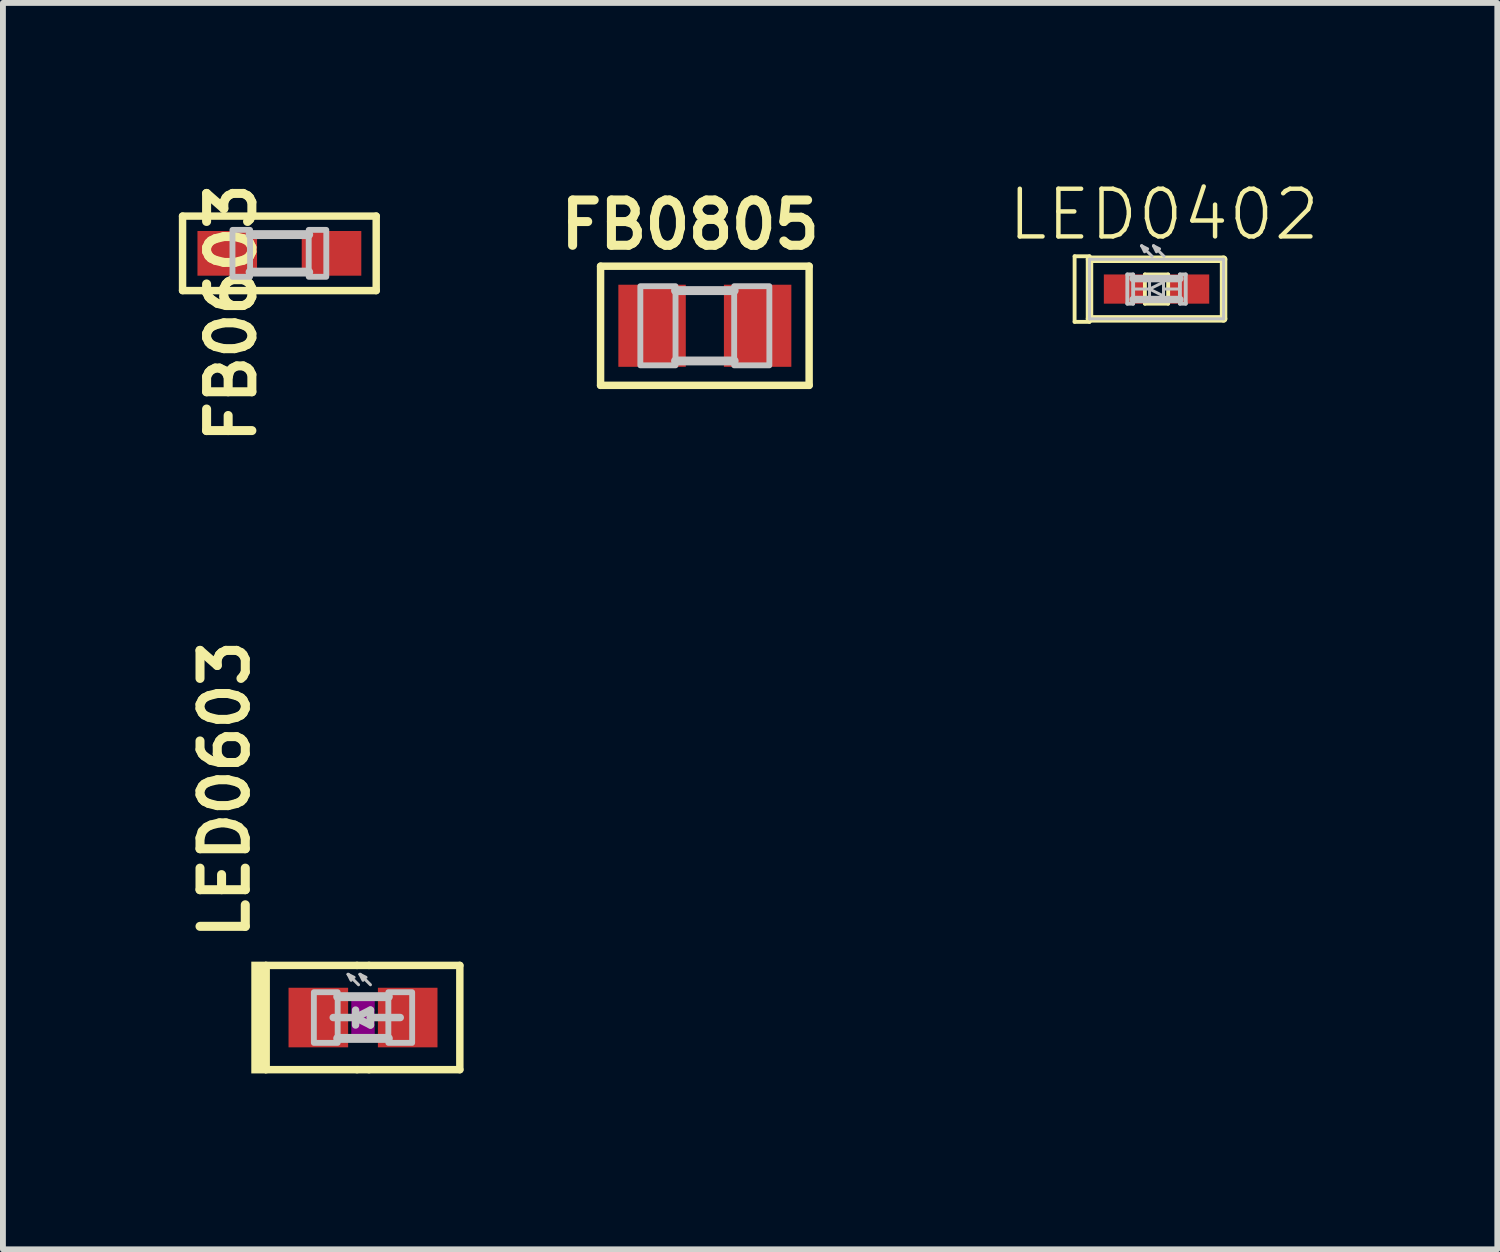
<source format=kicad_pcb>
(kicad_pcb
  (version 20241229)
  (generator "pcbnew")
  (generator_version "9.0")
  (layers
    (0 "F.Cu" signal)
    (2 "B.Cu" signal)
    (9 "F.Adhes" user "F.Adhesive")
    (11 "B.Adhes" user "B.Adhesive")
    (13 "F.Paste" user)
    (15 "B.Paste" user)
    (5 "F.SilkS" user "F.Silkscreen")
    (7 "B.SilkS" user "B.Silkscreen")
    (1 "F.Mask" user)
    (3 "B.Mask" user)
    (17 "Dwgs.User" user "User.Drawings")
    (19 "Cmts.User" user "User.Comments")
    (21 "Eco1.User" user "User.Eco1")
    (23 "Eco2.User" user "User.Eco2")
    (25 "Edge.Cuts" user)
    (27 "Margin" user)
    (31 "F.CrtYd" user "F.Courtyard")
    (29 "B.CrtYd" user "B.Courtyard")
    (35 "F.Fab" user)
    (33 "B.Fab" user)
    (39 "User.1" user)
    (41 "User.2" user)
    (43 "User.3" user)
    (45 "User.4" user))
  (footprint "LED0603"
    (layer "F.Cu")
    (at 3.14 14.301)
    (property "Reference" "LED0603" (at -1.905 -1.27 90) (layer "F.SilkS") (effects (font (size 0.772 0.772) (thickness 0.154)) (justify left bottom)))
    (attr through_hole)
    (fp_line (start -1.651 -0.889) (end -1.651 0.889) (stroke (width 0.127) (type solid)) (layer "F.SilkS"))
    (fp_line (start -1.651 0.889) (end -0.102 0.889) (stroke (width 0.127) (type solid)) (layer "F.SilkS"))
    (fp_line (start -0.102 -0.889) (end -1.651 -0.889) (stroke (width 0.127) (type solid)) (layer "F.SilkS"))
    (fp_line (start -0.102 0.889) (end 0.102 0.889) (stroke (width 0.127) (type solid)) (layer "F.SilkS"))
    (fp_line (start 0.102 -0.889) (end -0.102 -0.889) (stroke (width 0.127) (type solid)) (layer "F.SilkS"))
    (fp_line (start 0.102 0.889) (end 1.651 0.889) (stroke (width 0.127) (type solid)) (layer "F.SilkS"))
    (fp_line (start 1.651 -0.889) (end 0.102 -0.889) (stroke (width 0.127) (type solid)) (layer "F.SilkS"))
    (fp_line (start 1.651 0.889) (end 1.651 -0.889) (stroke (width 0.127) (type solid)) (layer "F.SilkS"))
    (fp_poly (pts (xy -1.905 0.953) (xy -1.651 0.953) (xy -1.651 -0.953) (xy -1.905 -0.953)) (stroke (width 0) (type solid)) (fill yes) (layer "F.SilkS"))
    (fp_poly (pts (xy -0.2 0.4) (xy 0.2 0.4) (xy 0.2 -0.4) (xy -0.2 -0.4)) (stroke (width 0) (type solid)) (fill yes) (layer "F.Adhes"))
    (fp_line (start -0.432 0.356) (end 0.432 0.356) (stroke (width 0.152) (type solid)) (layer "Dwgs.User"))
    (fp_line (start -0.254 -0.737) (end -0.203 -0.635) (stroke (width 0.051) (type solid)) (layer "Dwgs.User"))
    (fp_line (start -0.254 -0.737) (end -0.152 -0.686) (stroke (width 0.051) (type solid)) (layer "Dwgs.User"))
    (fp_line (start -0.254 -0.737) (end -0.076 -0.559) (stroke (width 0.051) (type solid)) (layer "Dwgs.User"))
    (fp_line (start -0.127 0) (end -0.508 0) (stroke (width 0.127) (type solid)) (layer "Dwgs.User"))
    (fp_line (start -0.127 0) (end -0.127 -0.127) (stroke (width 0.127) (type solid)) (layer "Dwgs.User"))
    (fp_line (start -0.127 0) (end -0.127 0.127) (stroke (width 0.127) (type solid)) (layer "Dwgs.User"))
    (fp_line (start -0.127 0) (end 0.127 -0.127) (stroke (width 0.127) (type solid)) (layer "Dwgs.User"))
    (fp_line (start -0.051 -0.737) (end 0 -0.635) (stroke (width 0.051) (type solid)) (layer "Dwgs.User"))
    (fp_line (start -0.051 -0.737) (end 0.051 -0.686) (stroke (width 0.051) (type solid)) (layer "Dwgs.User"))
    (fp_line (start -0.051 -0.737) (end 0.127 -0.559) (stroke (width 0.051) (type solid)) (layer "Dwgs.User"))
    (fp_line (start 0.127 -0.127) (end 0.127 0) (stroke (width 0.127) (type solid)) (layer "Dwgs.User"))
    (fp_line (start 0.127 0) (end 0.127 0.127) (stroke (width 0.127) (type solid)) (layer "Dwgs.User"))
    (fp_line (start 0.127 0) (end 0.635 0) (stroke (width 0.127) (type solid)) (layer "Dwgs.User"))
    (fp_line (start 0.127 0.127) (end -0.127 0) (stroke (width 0.127) (type solid)) (layer "Dwgs.User"))
    (fp_line (start 0.432 -0.356) (end -0.432 -0.356) (stroke (width 0.152) (type solid)) (layer "Dwgs.User"))
    (fp_poly (pts (xy -0.838 0.432) (xy -0.432 0.432) (xy -0.432 -0.432) (xy -0.838 -0.432)) (stroke (width 0.1) (type solid)) (fill no) (layer "Dwgs.User"))
    (fp_poly (pts (xy 0.432 0.432) (xy 0.838 0.432) (xy 0.838 -0.432) (xy 0.432 -0.432)) (stroke (width 0.1) (type solid)) (fill no) (layer "Dwgs.User"))
    (pad "1" smd rect (at -0.762 0) (size 1.016 1.016) (layers "F.Cu" "F.Mask" "F.Paste"))
    (pad "2" smd rect (at 0.762 0) (size 1.016 1.016) (layers "F.Cu" "F.Mask" "F.Paste")))
  (footprint "FB0805"
    (layer "F.Cu")
    (at 8.969 2.505)
    (property "Reference" "FB0805" (at -2.54 -1.27 180) (layer "F.SilkS") (effects (font (size 0.772 0.772) (thickness 0.154)) (justify left bottom)))
    (attr through_hole)
    (fp_line (start -1.778 -1.016) (end -1.778 1.016) (stroke (width 0.127) (type solid)) (layer "F.SilkS"))
    (fp_line (start -1.778 1.016) (end 1.778 1.016) (stroke (width 0.127) (type solid)) (layer "F.SilkS"))
    (fp_line (start 1.778 -1.016) (end -1.778 -1.016) (stroke (width 0.127) (type solid)) (layer "F.SilkS"))
    (fp_line (start 1.778 1.016) (end 1.778 -1.016) (stroke (width 0.127) (type solid)) (layer "F.SilkS"))
    (fp_line (start -0.5 -0.6) (end 0.5 -0.6) (stroke (width 0.152) (type solid)) (layer "Dwgs.User"))
    (fp_line (start -0.5 0.6) (end 0.5 0.6) (stroke (width 0.152) (type solid)) (layer "Dwgs.User"))
    (fp_poly (pts (xy -1.1 0.675) (xy -0.5 0.675) (xy -0.5 -0.675) (xy -1.1 -0.675)) (stroke (width 0.1) (type solid)) (fill no) (layer "Dwgs.User"))
    (fp_poly (pts (xy 0.5 0.675) (xy 1.1 0.675) (xy 1.1 -0.675) (xy 0.5 -0.675)) (stroke (width 0.1) (type solid)) (fill no) (layer "Dwgs.User"))
    (pad "1" smd rect (at -0.9 0) (size 1.15 1.4) (layers "F.Cu" "F.Mask" "F.Paste"))
    (pad "2" smd rect (at 0.9 0) (size 1.15 1.4) (layers "F.Cu" "F.Mask" "F.Paste")))
  (footprint "LED0402"
    (layer "F.Cu")
    (at 16.671 1.879)
    (property "Reference" "LED0402" (at 0.127 -1.27 0) (layer "F.SilkS") (effects (font (size 0.813 0.813) (thickness 0.076))))
    (attr smd)
    (fp_line (start -1.397 -0.559) (end -1.143 -0.559) (stroke (width 0.066) (type solid)) (layer "F.SilkS"))
    (fp_line (start -1.397 0.559) (end -1.397 -0.559) (stroke (width 0.066) (type solid)) (layer "F.SilkS"))
    (fp_line (start -1.397 0.559) (end -1.143 0.559) (stroke (width 0.066) (type solid)) (layer "F.SilkS"))
    (fp_line (start -1.143 -0.508) (end -1.143 0.508) (stroke (width 0.127) (type solid)) (layer "F.SilkS"))
    (fp_line (start -1.143 0.508) (end 1.143 0.508) (stroke (width 0.127) (type solid)) (layer "F.SilkS"))
    (fp_line (start -1.143 0.559) (end -1.143 -0.559) (stroke (width 0.066) (type solid)) (layer "F.SilkS"))
    (fp_line (start -0.198 -0.249) (end 0.198 -0.249) (stroke (width 0.066) (type solid)) (layer "F.SilkS"))
    (fp_line (start -0.198 0.249) (end -0.198 -0.249) (stroke (width 0.066) (type solid)) (layer "F.SilkS"))
    (fp_line (start -0.198 0.249) (end 0.198 0.249) (stroke (width 0.066) (type solid)) (layer "F.SilkS"))
    (fp_line (start 0.198 0.249) (end 0.198 -0.249) (stroke (width 0.066) (type solid)) (layer "F.SilkS"))
    (fp_line (start 1.143 -0.508) (end -1.143 -0.508) (stroke (width 0.127) (type solid)) (layer "F.SilkS"))
    (fp_line (start 1.143 0.508) (end 1.143 -0.508) (stroke (width 0.127) (type solid)) (layer "F.SilkS"))
    (fp_line (start -1.143 -0.508) (end 1.143 -0.508) (stroke (width 0.051) (type solid)) (layer "Dwgs.User"))
    (fp_line (start -1.143 0.508) (end -1.143 -0.508) (stroke (width 0.051) (type solid)) (layer "Dwgs.User"))
    (fp_line (start -0.498 -0.249) (end -0.399 -0.249) (stroke (width 0.066) (type solid)) (layer "Dwgs.User"))
    (fp_line (start -0.498 0.249) (end -0.498 -0.249) (stroke (width 0.066) (type solid)) (layer "Dwgs.User"))
    (fp_line (start -0.498 0.249) (end -0.399 0.249) (stroke (width 0.066) (type solid)) (layer "Dwgs.User"))
    (fp_line (start -0.399 0.178) (end 0.399 0.178) (stroke (width 0.127) (type solid)) (layer "Dwgs.User"))
    (fp_line (start -0.399 0.249) (end -0.399 -0.249) (stroke (width 0.066) (type solid)) (layer "Dwgs.User"))
    (fp_line (start -0.254 -0.737) (end -0.203 -0.635) (stroke (width 0.051) (type solid)) (layer "Dwgs.User"))
    (fp_line (start -0.254 -0.737) (end -0.152 -0.686) (stroke (width 0.051) (type solid)) (layer "Dwgs.User"))
    (fp_line (start -0.254 -0.737) (end -0.076 -0.559) (stroke (width 0.051) (type solid)) (layer "Dwgs.User"))
    (fp_line (start -0.119 0) (end -0.399 0) (stroke (width 0.051) (type solid)) (layer "Dwgs.User"))
    (fp_line (start -0.119 0) (end -0.119 -0.119) (stroke (width 0.051) (type solid)) (layer "Dwgs.User"))
    (fp_line (start -0.119 0) (end -0.119 0.119) (stroke (width 0.051) (type solid)) (layer "Dwgs.User"))
    (fp_line (start -0.119 0) (end 0.119 -0.119) (stroke (width 0.051) (type solid)) (layer "Dwgs.User"))
    (fp_line (start -0.051 -0.737) (end 0 -0.635) (stroke (width 0.051) (type solid)) (layer "Dwgs.User"))
    (fp_line (start -0.051 -0.737) (end 0.051 -0.686) (stroke (width 0.051) (type solid)) (layer "Dwgs.User"))
    (fp_line (start -0.051 -0.737) (end 0.127 -0.559) (stroke (width 0.051) (type solid)) (layer "Dwgs.User"))
    (fp_line (start 0.119 -0.119) (end 0.119 0) (stroke (width 0.051) (type solid)) (layer "Dwgs.User"))
    (fp_line (start 0.119 0) (end 0.119 0.119) (stroke (width 0.051) (type solid)) (layer "Dwgs.User"))
    (fp_line (start 0.119 0) (end 0.399 0) (stroke (width 0.051) (type solid)) (layer "Dwgs.User"))
    (fp_line (start 0.119 0.119) (end -0.119 0) (stroke (width 0.051) (type solid)) (layer "Dwgs.User"))
    (fp_line (start 0.399 -0.249) (end 0.498 -0.249) (stroke (width 0.066) (type solid)) (layer "Dwgs.User"))
    (fp_line (start 0.399 -0.178) (end -0.399 -0.178) (stroke (width 0.127) (type solid)) (layer "Dwgs.User"))
    (fp_line (start 0.399 0.249) (end 0.399 -0.249) (stroke (width 0.066) (type solid)) (layer "Dwgs.User"))
    (fp_line (start 0.399 0.249) (end 0.498 0.249) (stroke (width 0.066) (type solid)) (layer "Dwgs.User"))
    (fp_line (start 0.498 0.249) (end 0.498 -0.249) (stroke (width 0.066) (type solid)) (layer "Dwgs.User"))
    (fp_line (start 1.143 -0.508) (end 1.143 0.508) (stroke (width 0.051) (type solid)) (layer "Dwgs.User"))
    (fp_line (start 1.143 0.508) (end -1.143 0.508) (stroke (width 0.051) (type solid)) (layer "Dwgs.User"))
    (pad "1" smd rect (at -0.549 0) (size 0.699 0.498) (layers "F.Cu" "F.Mask" "F.Paste"))
    (pad "2" smd rect (at 0.549 0) (size 0.699 0.498) (layers "F.Cu" "F.Mask" "F.Paste")))
  (footprint "FB0603"
    (layer "F.Cu")
    (at 1.714 1.27)
    (property "Reference" "FB0603" (at -1.27 -1.27 90) (layer "F.SilkS") (effects (font (size 0.772 0.772) (thickness 0.154)) (justify right top)))
    (attr through_hole)
    (fp_line (start -1.651 -0.635) (end -1.651 0.635) (stroke (width 0.127) (type solid)) (layer "F.SilkS"))
    (fp_line (start -1.651 0.635) (end 1.651 0.635) (stroke (width 0.127) (type solid)) (layer "F.SilkS"))
    (fp_line (start 1.651 -0.635) (end -1.651 -0.635) (stroke (width 0.127) (type solid)) (layer "F.SilkS"))
    (fp_line (start 1.651 0.635) (end 1.651 -0.635) (stroke (width 0.127) (type solid)) (layer "F.SilkS"))
    (fp_line (start -0.5 -0.32) (end 0.5 -0.32) (stroke (width 0.152) (type solid)) (layer "Dwgs.User"))
    (fp_line (start -0.5 0.32) (end 0.5 0.32) (stroke (width 0.152) (type solid)) (layer "Dwgs.User"))
    (fp_poly (pts (xy -0.8 0.4) (xy -0.5 0.4) (xy -0.5 -0.4) (xy -0.8 -0.4)) (stroke (width 0.1) (type solid)) (fill no) (layer "Dwgs.User"))
    (fp_poly (pts (xy 0.5 0.4) (xy 0.8 0.4) (xy 0.8 -0.4) (xy 0.5 -0.4)) (stroke (width 0.1) (type solid)) (fill no) (layer "Dwgs.User"))
    (pad "1" smd rect (at -0.889 0) (size 1.016 0.762) (layers "F.Cu" "F.Mask" "F.Paste"))
    (pad "2" smd rect (at 0.889 0) (size 1.016 0.762) (layers "F.Cu" "F.Mask" "F.Paste")))
  (gr_rect
    (start -3 -3)
    (end 22.482 18.253)
    (stroke (width 0.1) (type default))
    (fill no)
    (layer "Edge.Cuts")))
</source>
